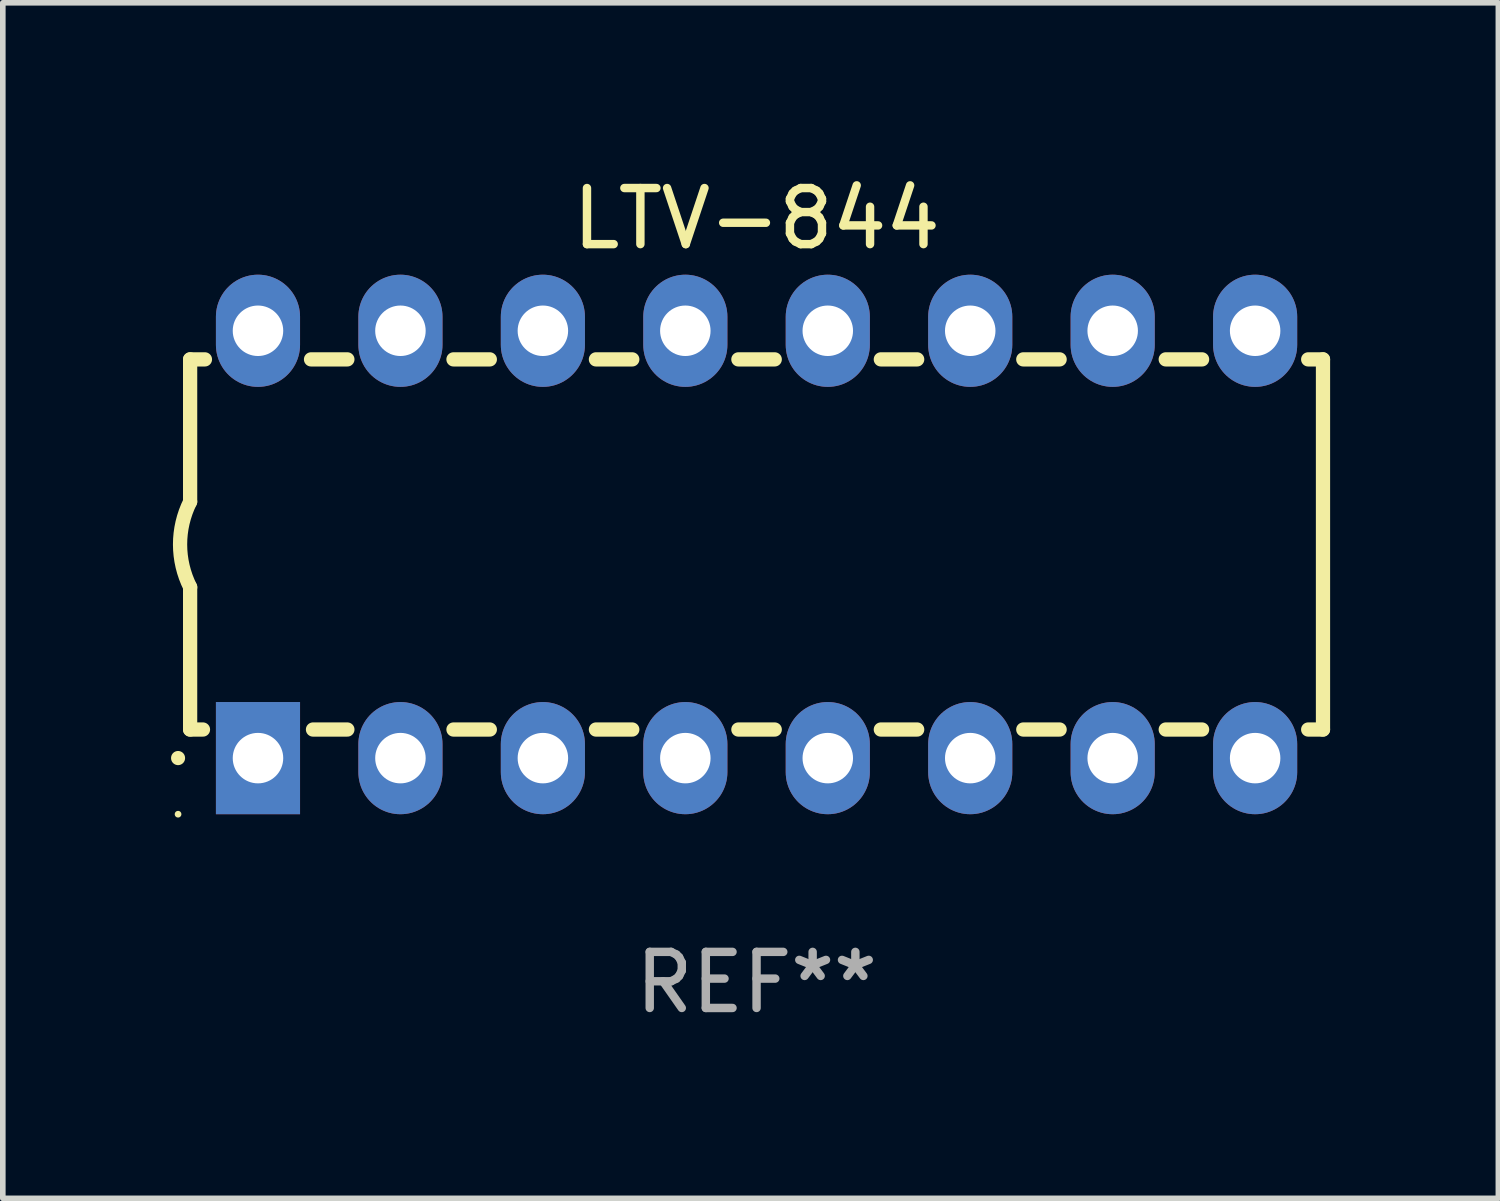
<source format=kicad_pcb>
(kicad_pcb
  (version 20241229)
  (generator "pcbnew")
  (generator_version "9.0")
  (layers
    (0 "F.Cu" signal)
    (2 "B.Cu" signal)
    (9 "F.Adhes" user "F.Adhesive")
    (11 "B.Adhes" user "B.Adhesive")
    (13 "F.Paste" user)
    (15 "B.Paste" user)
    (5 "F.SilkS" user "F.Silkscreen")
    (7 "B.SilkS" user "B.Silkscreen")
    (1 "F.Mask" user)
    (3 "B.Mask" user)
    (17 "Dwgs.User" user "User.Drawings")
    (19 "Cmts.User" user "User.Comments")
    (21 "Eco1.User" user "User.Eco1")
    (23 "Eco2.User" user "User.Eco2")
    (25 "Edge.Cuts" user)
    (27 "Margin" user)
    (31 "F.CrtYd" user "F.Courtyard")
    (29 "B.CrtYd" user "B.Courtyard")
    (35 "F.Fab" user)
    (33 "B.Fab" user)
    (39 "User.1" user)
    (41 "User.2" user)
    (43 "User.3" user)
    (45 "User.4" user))
  (footprint "LTV-844"
    (layer "F.Cu")
    (at 10.44 6.658)
    (property "Reference" "LTV-844" (at 0 -5.81 0) (layer "F.SilkS") (effects (font (size 1 1) (thickness 0.15))))
    (attr through_hole)
    (fp_line (start -10.1 -3.3) (end -10.1 -0.762) (stroke (width 0.254) (type solid)) (layer "F.SilkS"))
    (fp_line (start -10.1 -3.3) (end -9.836 -3.3) (stroke (width 0.254) (type solid)) (layer "F.SilkS"))
    (fp_line (start -10.1 3.3) (end -10.1 0.762) (stroke (width 0.254) (type solid)) (layer "F.SilkS"))
    (fp_line (start -9.871 3.3) (end -10.1 3.3) (stroke (width 0.254) (type solid)) (layer "F.SilkS"))
    (fp_line (start -7.944 -3.3) (end -7.296 -3.3) (stroke (width 0.254) (type solid)) (layer "F.SilkS"))
    (fp_line (start -7.296 3.3) (end -7.909 3.3) (stroke (width 0.254) (type solid)) (layer "F.SilkS"))
    (fp_line (start -5.404 -3.3) (end -4.756 -3.3) (stroke (width 0.254) (type solid)) (layer "F.SilkS"))
    (fp_line (start -4.756 3.3) (end -5.404 3.3) (stroke (width 0.254) (type solid)) (layer "F.SilkS"))
    (fp_line (start -2.864 -3.3) (end -2.216 -3.3) (stroke (width 0.254) (type solid)) (layer "F.SilkS"))
    (fp_line (start -2.216 3.3) (end -2.864 3.3) (stroke (width 0.254) (type solid)) (layer "F.SilkS"))
    (fp_line (start -0.324 -3.3) (end 0.324 -3.3) (stroke (width 0.254) (type solid)) (layer "F.SilkS"))
    (fp_line (start 0.324 3.3) (end -0.324 3.3) (stroke (width 0.254) (type solid)) (layer "F.SilkS"))
    (fp_line (start 2.216 -3.3) (end 2.864 -3.3) (stroke (width 0.254) (type solid)) (layer "F.SilkS"))
    (fp_line (start 2.864 3.3) (end 2.216 3.3) (stroke (width 0.254) (type solid)) (layer "F.SilkS"))
    (fp_line (start 4.756 -3.3) (end 5.404 -3.3) (stroke (width 0.254) (type solid)) (layer "F.SilkS"))
    (fp_line (start 5.404 3.3) (end 4.756 3.3) (stroke (width 0.254) (type solid)) (layer "F.SilkS"))
    (fp_line (start 7.296 -3.3) (end 7.944 -3.3) (stroke (width 0.254) (type solid)) (layer "F.SilkS"))
    (fp_line (start 7.944 3.3) (end 7.296 3.3) (stroke (width 0.254) (type solid)) (layer "F.SilkS"))
    (fp_line (start 9.836 -3.3) (end 10.1 -3.3) (stroke (width 0.254) (type solid)) (layer "F.SilkS"))
    (fp_line (start 10.1 3.3) (end 9.836 3.3) (stroke (width 0.254) (type solid)) (layer "F.SilkS"))
    (fp_line (start 10.1 3.3) (end 10.1 -3.3) (stroke (width 0.254) (type solid)) (layer "F.SilkS"))
    (fp_arc (start -10.314948 3.810008) (mid -10.314955 3.808738) (end -10.314948 3.807468) (stroke (width 0.25) (type solid)) (layer "F.SilkS"))
    (fp_arc (start -10.099048 0.762001) (mid -10.279271 0.000116) (end -10.100038 -0.762002) (stroke (width 0.254001) (type solid)) (layer "F.SilkS"))
    (fp_circle (center -10.315 4.81) (end -10.285 4.81) (stroke (width 0.06) (type solid)) (fill no) (layer "F.SilkS"))
    (fp_text user "REF**" (at 0 7.81 0) (layer "F.Fab") (effects (font (size 1 1) (thickness 0.15))))
    (pad "1" thru_hole rect (at -8.89 3.81 90) (size 2 1.5) (drill 0.9) (layers "*.Cu" "*.Mask"))
    (pad "2" thru_hole oval (at -6.35 3.81 90) (size 2 1.5) (drill 0.9) (layers "*.Cu" "*.Mask"))
    (pad "3" thru_hole oval (at -3.81 3.81 90) (size 2 1.5) (drill 0.9) (layers "*.Cu" "*.Mask"))
    (pad "4" thru_hole oval (at -1.27 3.81 90) (size 2 1.5) (drill 0.9) (layers "*.Cu" "*.Mask"))
    (pad "5" thru_hole oval (at 1.27 3.81 90) (size 2 1.5) (drill 0.9) (layers "*.Cu" "*.Mask"))
    (pad "6" thru_hole oval (at 3.81 3.81 90) (size 2 1.5) (drill 0.9) (layers "*.Cu" "*.Mask"))
    (pad "7" thru_hole oval (at 6.35 3.81 90) (size 2 1.5) (drill 0.9) (layers "*.Cu" "*.Mask"))
    (pad "8" thru_hole oval (at 8.89 3.81 90) (size 2 1.5) (drill 0.9) (layers "*.Cu" "*.Mask"))
    (pad "9" thru_hole oval (at 8.89 -3.81 90) (size 2 1.5) (drill 0.9) (layers "*.Cu" "*.Mask"))
    (pad "10" thru_hole oval (at 6.35 -3.81 90) (size 2 1.5) (drill 0.9) (layers "*.Cu" "*.Mask"))
    (pad "11" thru_hole oval (at 3.81 -3.81 90) (size 2 1.5) (drill 0.9) (layers "*.Cu" "*.Mask"))
    (pad "12" thru_hole oval (at 1.27 -3.81 90) (size 2 1.5) (drill 0.9) (layers "*.Cu" "*.Mask"))
    (pad "13" thru_hole oval (at -1.27 -3.81 90) (size 2 1.5) (drill 0.9) (layers "*.Cu" "*.Mask"))
    (pad "14" thru_hole oval (at -3.81 -3.81 90) (size 2 1.5) (drill 0.9) (layers "*.Cu" "*.Mask"))
    (pad "15" thru_hole oval (at -6.35 -3.81 90) (size 2 1.5) (drill 0.9) (layers "*.Cu" "*.Mask"))
    (pad "16" thru_hole oval (at -8.89 -3.81 90) (size 2 1.5) (drill 0.9) (layers "*.Cu" "*.Mask")))
  (gr_rect
    (start -3 -3)
    (end 23.667 18.317)
    (stroke (width 0.1) (type default))
    (fill no)
    (layer "Edge.Cuts")))
</source>
